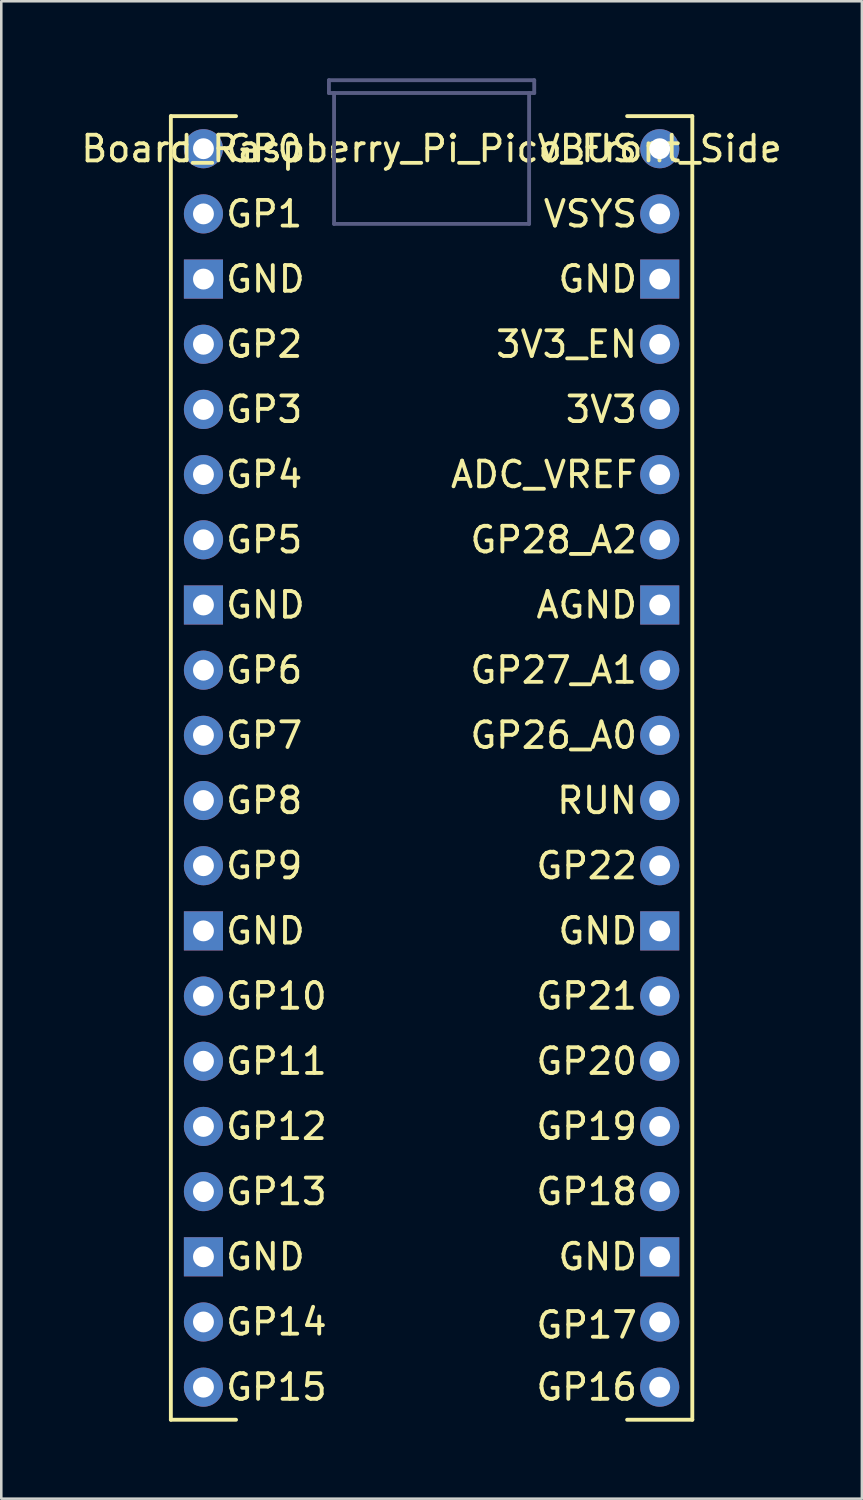
<source format=kicad_pcb>
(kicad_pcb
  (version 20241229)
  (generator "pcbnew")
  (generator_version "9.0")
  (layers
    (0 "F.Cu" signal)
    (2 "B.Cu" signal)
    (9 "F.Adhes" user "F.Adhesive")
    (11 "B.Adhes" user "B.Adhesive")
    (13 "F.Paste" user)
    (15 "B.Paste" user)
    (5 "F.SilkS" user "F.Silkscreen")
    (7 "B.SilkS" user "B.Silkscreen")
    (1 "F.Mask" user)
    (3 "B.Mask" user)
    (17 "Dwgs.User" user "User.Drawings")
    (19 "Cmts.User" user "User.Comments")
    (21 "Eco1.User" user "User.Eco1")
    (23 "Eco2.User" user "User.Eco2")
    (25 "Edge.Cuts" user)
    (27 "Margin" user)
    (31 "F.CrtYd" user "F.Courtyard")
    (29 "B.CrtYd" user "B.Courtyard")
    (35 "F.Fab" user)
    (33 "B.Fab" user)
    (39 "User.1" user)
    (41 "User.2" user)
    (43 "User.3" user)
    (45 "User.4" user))
  (footprint "Board_Raspberry_Pi_Pico_Front_Side"
    (layer "F.Cu")
    (at 13.768 26.875)
    (property "Reference" "Board_Raspberry_Pi_Pico_Front_Side" (at 0 -24.13 0) (unlocked yes) (layer "F.SilkS") (effects (font (size 1 1) (thickness 0.15))))
    (attr through_hole)
    (fp_line (start -10.16 -25.4) (end -10.16 25.4) (stroke (width 0.15) (type solid)) (layer "F.SilkS"))
    (fp_line (start -10.16 25.4) (end -7.62 25.4) (stroke (width 0.15) (type solid)) (layer "F.SilkS"))
    (fp_line (start -7.62 -25.4) (end -10.16 -25.4) (stroke (width 0.15) (type solid)) (layer "F.SilkS"))
    (fp_line (start 10.16 -25.4) (end 7.62 -25.4) (stroke (width 0.15) (type solid)) (layer "F.SilkS"))
    (fp_line (start 10.16 -25.4) (end 10.16 25.4) (stroke (width 0.15) (type solid)) (layer "F.SilkS"))
    (fp_line (start 10.16 25.4) (end 7.62 25.4) (stroke (width 0.15) (type solid)) (layer "F.SilkS"))
    (fp_line (start -4 -26.8) (end -4 -26.3) (stroke (width 0.15) (type solid)) (layer "B.Fab"))
    (fp_line (start -4 -26.8) (end 4 -26.8) (stroke (width 0.15) (type solid)) (layer "B.Fab"))
    (fp_line (start -4 -26.3) (end 4 -26.3) (stroke (width 0.15) (type solid)) (layer "B.Fab"))
    (fp_line (start -3.8 -26.3) (end -3.8 -21.2) (stroke (width 0.15) (type solid)) (layer "B.Fab"))
    (fp_line (start -3.8 -21.2) (end 3.8 -21.2) (stroke (width 0.15) (type solid)) (layer "B.Fab"))
    (fp_line (start 3.8 -26.3) (end 3.8 -21.2) (stroke (width 0.15) (type solid)) (layer "B.Fab"))
    (fp_line (start 4 -26.8) (end 4 -26.3) (stroke (width 0.15) (type solid)) (layer "B.Fab"))
    (fp_text user "GP1" (at -8.096 -21.59 0) (unlocked yes) (layer "F.SilkS") (effects (font (size 1 1) (thickness 0.15)) (justify left)))
    (fp_text user "GP10" (at -8.096 8.89 0) (unlocked yes) (layer "F.SilkS") (effects (font (size 1 1) (thickness 0.15)) (justify left)))
    (fp_text user "GP20" (at 8.096 11.43 0) (unlocked yes) (layer "F.SilkS") (effects (font (size 1 1) (thickness 0.15)) (justify right)))
    (fp_text user "3V3_EN" (at 8.096 -16.51 0) (unlocked yes) (layer "F.SilkS") (effects (font (size 1 1) (thickness 0.15)) (justify right)))
    (fp_text user "GP0" (at -8.096 -24.13 0) (unlocked yes) (layer "F.SilkS") (effects (font (size 1 1) (thickness 0.15)) (justify left)))
    (fp_text user "GND" (at -8.096 19.05 0) (unlocked yes) (layer "F.SilkS") (effects (font (size 1 1) (thickness 0.15)) (justify left)))
    (fp_text user "GP9" (at -8.096 3.81 0) (unlocked yes) (layer "F.SilkS") (effects (font (size 1 1) (thickness 0.15)) (justify left)))
    (fp_text user "GND" (at 8.096 19.05 0) (unlocked yes) (layer "F.SilkS") (effects (font (size 1 1) (thickness 0.15)) (justify right)))
    (fp_text user "VBUS" (at 8.096 -24.13 0) (unlocked yes) (layer "F.SilkS") (effects (font (size 1 1) (thickness 0.15)) (justify right)))
    (fp_text user "GND" (at -8.096 -6.35 0) (unlocked yes) (layer "F.SilkS") (effects (font (size 1 1) (thickness 0.15)) (justify left)))
    (fp_text user "GP28_A2" (at 8.096 -8.89 0) (unlocked yes) (layer "F.SilkS") (effects (font (size 1 1) (thickness 0.15)) (justify right)))
    (fp_text user "GP13" (at -8.096 16.51 0) (unlocked yes) (layer "F.SilkS") (effects (font (size 1 1) (thickness 0.15)) (justify left)))
    (fp_text user "GP11" (at -8.096 11.43 0) (unlocked yes) (layer "F.SilkS") (effects (font (size 1 1) (thickness 0.15)) (justify left)))
    (fp_text user "GP19" (at 8.096 13.97 0) (unlocked yes) (layer "F.SilkS") (effects (font (size 1 1) (thickness 0.15)) (justify right)))
    (fp_text user "GP21" (at 8.096 8.89 0) (unlocked yes) (layer "F.SilkS") (effects (font (size 1 1) (thickness 0.15)) (justify right)))
    (fp_text user "GP2" (at -8.096 -16.51 0) (unlocked yes) (layer "F.SilkS") (effects (font (size 1 1) (thickness 0.15)) (justify left)))
    (fp_text user "GP27_A1" (at 8.096 -3.81 0) (unlocked yes) (layer "F.SilkS") (effects (font (size 1 1) (thickness 0.15)) (justify right)))
    (fp_text user "GP16" (at 8.096 24.13 0) (unlocked yes) (layer "F.SilkS") (effects (font (size 1 1) (thickness 0.15)) (justify right)))
    (fp_text user "GP12" (at -8.096 13.97 0) (unlocked yes) (layer "F.SilkS") (effects (font (size 1 1) (thickness 0.15)) (justify left)))
    (fp_text user "GP14" (at -8.096 21.59 0) (unlocked yes) (layer "F.SilkS") (effects (font (size 1 1) (thickness 0.15)) (justify left)))
    (fp_text user "GP8" (at -8.096 1.27 0) (unlocked yes) (layer "F.SilkS") (effects (font (size 1 1) (thickness 0.15)) (justify left)))
    (fp_text user "GND" (at 8.096 6.35 0) (unlocked yes) (layer "F.SilkS") (effects (font (size 1 1) (thickness 0.15)) (justify right)))
    (fp_text user "GND" (at 8.096 -19.05 0) (unlocked yes) (layer "F.SilkS") (effects (font (size 1 1) (thickness 0.15)) (justify right)))
    (fp_text user "GP15" (at -8.096 24.13 0) (unlocked yes) (layer "F.SilkS") (effects (font (size 1 1) (thickness 0.15)) (justify left)))
    (fp_text user "GP4" (at -8.096 -11.433 0) (unlocked yes) (layer "F.SilkS") (effects (font (size 1 1) (thickness 0.15)) (justify left)))
    (fp_text user "GP26_A0" (at 8.096 -1.27 0) (unlocked yes) (layer "F.SilkS") (effects (font (size 1 1) (thickness 0.15)) (justify right)))
    (fp_text user "GP22" (at 8.096 3.81 0) (unlocked yes) (layer "F.SilkS") (effects (font (size 1 1) (thickness 0.15)) (justify right)))
    (fp_text user "RUN" (at 8.096 1.27 0) (unlocked yes) (layer "F.SilkS") (effects (font (size 1 1) (thickness 0.15)) (justify right)))
    (fp_text user "GP6" (at -8.096 -3.81 0) (unlocked yes) (layer "F.SilkS") (effects (font (size 1 1) (thickness 0.15)) (justify left)))
    (fp_text user "3V3" (at 8.096 -13.97 0) (unlocked yes) (layer "F.SilkS") (effects (font (size 1 1) (thickness 0.15)) (justify right)))
    (fp_text user "GND" (at -8.096 -19.05 0) (unlocked yes) (layer "F.SilkS") (effects (font (size 1 1) (thickness 0.15)) (justify left)))
    (fp_text user "VSYS" (at 8.096 -21.59 0) (unlocked yes) (layer "F.SilkS") (effects (font (size 1 1) (thickness 0.15)) (justify right)))
    (fp_text user "GP17" (at 8.096 21.711 0) (unlocked yes) (layer "F.SilkS") (effects (font (size 1 1) (thickness 0.15)) (justify right)))
    (fp_text user "AGND" (at 8.096 -6.35 0) (unlocked yes) (layer "F.SilkS") (effects (font (size 1 1) (thickness 0.15)) (justify right)))
    (fp_text user "GP18" (at 8.096 16.51 0) (unlocked yes) (layer "F.SilkS") (effects (font (size 1 1) (thickness 0.15)) (justify right)))
    (fp_text user "GP5" (at -8.096 -8.89 0) (layer "F.SilkS") (effects (font (size 1 1) (thickness 0.15)) (justify left)))
    (fp_text user "GP7" (at -8.096 -1.27 0) (unlocked yes) (layer "F.SilkS") (effects (font (size 1 1) (thickness 0.15)) (justify left)))
    (fp_text user "ADC_VREF" (at 8.096 -11.43 0) (unlocked yes) (layer "F.SilkS") (effects (font (size 1 1) (thickness 0.15)) (justify right)))
    (fp_text user "GP3" (at -8.096 -13.97 0) (unlocked yes) (layer "F.SilkS") (effects (font (size 1 1) (thickness 0.15)) (justify left)))
    (fp_text user "GND" (at -8.096 6.35 0) (unlocked yes) (layer "F.SilkS") (effects (font (size 1 1) (thickness 0.15)) (justify left)))
    (pad "1" thru_hole circle (at -8.89 -24.13) (size 1.524 1.524) (drill 0.813) (layers "*.Cu" "*.Mask"))
    (pad "2" thru_hole circle (at -8.89 -21.59) (size 1.524 1.524) (drill 0.813) (layers "*.Cu" "*.Mask"))
    (pad "3" thru_hole rect (at -8.89 -19.05) (size 1.524 1.524) (drill 0.813) (layers "*.Cu" "*.Mask"))
    (pad "4" thru_hole circle (at -8.89 -16.51) (size 1.524 1.524) (drill 0.813) (layers "*.Cu" "*.Mask"))
    (pad "5" thru_hole circle (at -8.89 -13.97) (size 1.524 1.524) (drill 0.813) (layers "*.Cu" "*.Mask"))
    (pad "6" thru_hole circle (at -8.89 -11.43) (size 1.524 1.524) (drill 0.813) (layers "*.Cu" "*.Mask"))
    (pad "7" thru_hole circle (at -8.89 -8.89) (size 1.524 1.524) (drill 0.813) (layers "*.Cu" "*.Mask"))
    (pad "8" thru_hole rect (at -8.89 -6.35) (size 1.524 1.524) (drill 0.813) (layers "*.Cu" "*.Mask"))
    (pad "9" thru_hole circle (at -8.89 -3.81) (size 1.524 1.524) (drill 0.813) (layers "*.Cu" "*.Mask"))
    (pad "10" thru_hole circle (at -8.89 -1.27) (size 1.524 1.524) (drill 0.813) (layers "*.Cu" "*.Mask"))
    (pad "11" thru_hole circle (at -8.89 1.27) (size 1.524 1.524) (drill 0.813) (layers "*.Cu" "*.Mask"))
    (pad "12" thru_hole circle (at -8.89 3.81) (size 1.524 1.524) (drill 0.813) (layers "*.Cu" "*.Mask"))
    (pad "13" thru_hole rect (at -8.89 6.35) (size 1.524 1.524) (drill 0.813) (layers "*.Cu" "*.Mask"))
    (pad "14" thru_hole circle (at -8.89 8.89) (size 1.524 1.524) (drill 0.813) (layers "*.Cu" "*.Mask"))
    (pad "15" thru_hole circle (at -8.89 11.43) (size 1.524 1.524) (drill 0.813) (layers "*.Cu" "*.Mask"))
    (pad "16" thru_hole circle (at -8.89 13.97) (size 1.524 1.524) (drill 0.813) (layers "*.Cu" "*.Mask"))
    (pad "17" thru_hole circle (at -8.89 16.51) (size 1.524 1.524) (drill 0.813) (layers "*.Cu" "*.Mask"))
    (pad "18" thru_hole rect (at -8.89 19.05) (size 1.524 1.524) (drill 0.813) (layers "*.Cu" "*.Mask"))
    (pad "19" thru_hole circle (at -8.89 21.59) (size 1.524 1.524) (drill 0.813) (layers "*.Cu" "*.Mask"))
    (pad "20" thru_hole circle (at -8.89 24.13) (size 1.524 1.524) (drill 0.813) (layers "*.Cu" "*.Mask"))
    (pad "21" thru_hole circle (at 8.89 24.13) (size 1.524 1.524) (drill 0.813) (layers "*.Cu" "*.Mask"))
    (pad "22" thru_hole circle (at 8.89 21.59) (size 1.524 1.524) (drill 0.813) (layers "*.Cu" "*.Mask"))
    (pad "23" thru_hole rect (at 8.89 19.05) (size 1.524 1.524) (drill 0.813) (layers "*.Cu" "*.Mask"))
    (pad "24" thru_hole circle (at 8.89 16.51) (size 1.524 1.524) (drill 0.813) (layers "*.Cu" "*.Mask"))
    (pad "25" thru_hole circle (at 8.89 13.97) (size 1.524 1.524) (drill 0.813) (layers "*.Cu" "*.Mask"))
    (pad "26" thru_hole circle (at 8.89 11.43) (size 1.524 1.524) (drill 0.813) (layers "*.Cu" "*.Mask"))
    (pad "27" thru_hole circle (at 8.89 8.89) (size 1.524 1.524) (drill 0.813) (layers "*.Cu" "*.Mask"))
    (pad "28" thru_hole rect (at 8.89 6.35) (size 1.524 1.524) (drill 0.813) (layers "*.Cu" "*.Mask"))
    (pad "29" thru_hole circle (at 8.89 3.81) (size 1.524 1.524) (drill 0.813) (layers "*.Cu" "*.Mask"))
    (pad "30" thru_hole circle (at 8.89 1.27) (size 1.524 1.524) (drill 0.813) (layers "*.Cu" "*.Mask"))
    (pad "31" thru_hole circle (at 8.89 -1.27) (size 1.524 1.524) (drill 0.813) (layers "*.Cu" "*.Mask"))
    (pad "32" thru_hole circle (at 8.89 -3.81) (size 1.524 1.524) (drill 0.813) (layers "*.Cu" "*.Mask"))
    (pad "33" thru_hole rect (at 8.89 -6.35) (size 1.524 1.524) (drill 0.813) (layers "*.Cu" "*.Mask"))
    (pad "34" thru_hole circle (at 8.89 -8.89) (size 1.524 1.524) (drill 0.813) (layers "*.Cu" "*.Mask"))
    (pad "35" thru_hole circle (at 8.89 -11.43) (size 1.524 1.524) (drill 0.813) (layers "*.Cu" "*.Mask"))
    (pad "36" thru_hole circle (at 8.89 -13.97) (size 1.524 1.524) (drill 0.813) (layers "*.Cu" "*.Mask"))
    (pad "37" thru_hole circle (at 8.89 -16.51) (size 1.524 1.524) (drill 0.813) (layers "*.Cu" "*.Mask"))
    (pad "38" thru_hole rect (at 8.89 -19.05) (size 1.524 1.524) (drill 0.813) (layers "*.Cu" "*.Mask"))
    (pad "39" thru_hole circle (at 8.89 -21.59) (size 1.524 1.524) (drill 0.813) (layers "*.Cu" "*.Mask"))
    (pad "40" thru_hole circle (at 8.89 -24.13) (size 1.524 1.524) (drill 0.813) (layers "*.Cu" "*.Mask")))
  (gr_rect
    (start -3 -3)
    (end 30.536 55.35)
    (stroke (width 0.1) (type default))
    (fill no)
    (layer "Edge.Cuts")))
</source>
